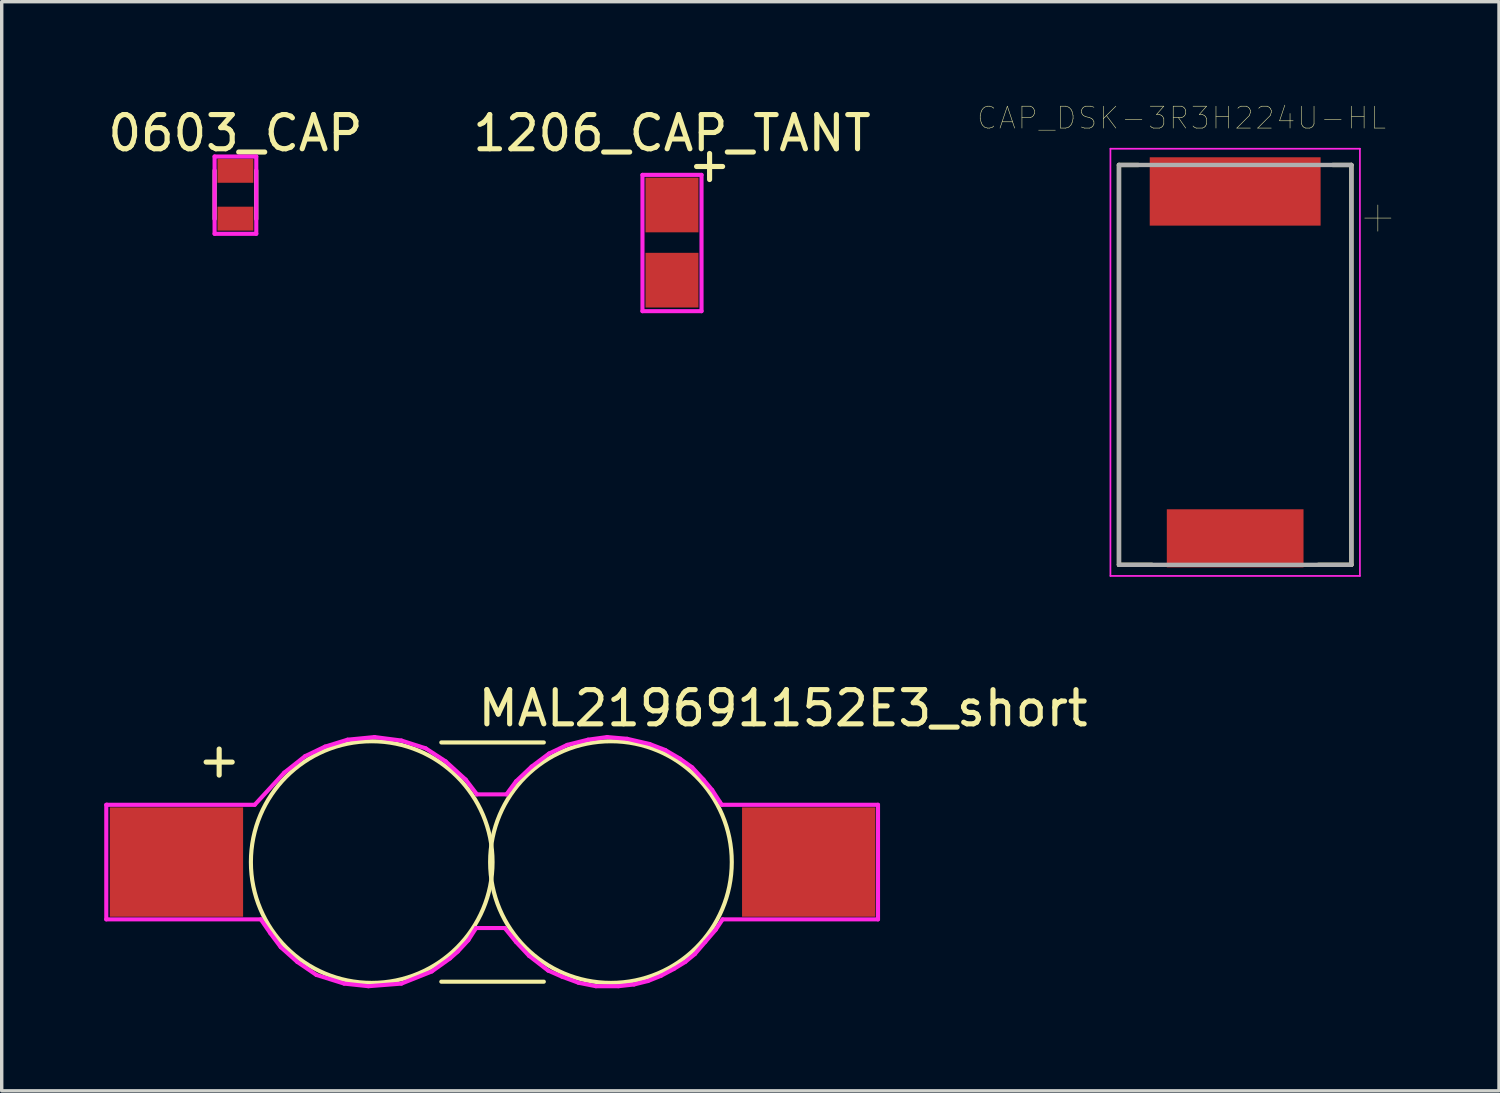
<source format=kicad_pcb>
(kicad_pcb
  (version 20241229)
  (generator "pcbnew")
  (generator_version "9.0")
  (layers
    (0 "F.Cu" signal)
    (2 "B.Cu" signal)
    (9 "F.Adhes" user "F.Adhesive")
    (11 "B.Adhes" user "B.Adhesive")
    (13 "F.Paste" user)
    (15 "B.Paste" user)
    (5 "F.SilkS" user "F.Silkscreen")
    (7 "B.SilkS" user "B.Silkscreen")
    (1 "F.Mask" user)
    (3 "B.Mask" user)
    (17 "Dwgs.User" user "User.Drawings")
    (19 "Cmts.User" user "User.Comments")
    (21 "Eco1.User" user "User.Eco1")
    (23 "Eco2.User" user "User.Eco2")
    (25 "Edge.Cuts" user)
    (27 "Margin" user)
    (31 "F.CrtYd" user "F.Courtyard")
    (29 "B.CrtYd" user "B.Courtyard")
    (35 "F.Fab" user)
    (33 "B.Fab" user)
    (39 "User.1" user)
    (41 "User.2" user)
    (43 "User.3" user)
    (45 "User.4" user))
  (footprint "1206_CAP_TANT"
    (layer "F.Cu")
    (at 16.613 4.048)
    (property "Reference" "1206_CAP_TANT" (at 0 -3.2 0) (layer "F.SilkS") (effects (font (size 1 1) (thickness 0.15))))
    (attr through_hole)
    (fp_line (start -0.864 -1.981) (end 0.864 -1.981) (stroke (width 0.12) (type solid)) (layer "F.CrtYd"))
    (fp_line (start -0.864 2.007) (end -0.864 -1.981) (stroke (width 0.12) (type solid)) (layer "F.CrtYd"))
    (fp_line (start 0.864 -1.981) (end 0.864 2.007) (stroke (width 0.12) (type solid)) (layer "F.CrtYd"))
    (fp_line (start 0.864 2.007) (end -0.864 2.007) (stroke (width 0.12) (type solid)) (layer "F.CrtYd"))
    (fp_text user "+" (at 1.1 -2.3 0) (layer "F.SilkS") (effects (font (size 1 1) (thickness 0.15))))
    (pad "1" smd rect (at 0 -1.1) (size 1.55 1.6) (layers "F.Cu" "F.Mask" "F.Paste"))
    (pad "2" smd rect (at 0 1.1) (size 1.55 1.6) (layers "F.Cu" "F.Mask" "F.Paste")))
  (footprint "MAL219691152E3_short"
    (layer "F.Cu")
    (at 11.363 22.175)
    (property "Reference" "MAL219691152E3_short" (at 8.5 -4.5 0) (layer "F.SilkS") (effects (font (size 1 1) (thickness 0.15))))
    (attr through_hole)
    (fp_line (start -1.5 -3.5) (end 1.5 -3.5) (stroke (width 0.12) (type solid)) (layer "F.SilkS"))
    (fp_line (start -1.5 3.5) (end 1.5 3.5) (stroke (width 0.12) (type solid)) (layer "F.SilkS"))
    (fp_circle (center -3.536 0) (end -0.036 0.5) (stroke (width 0.12) (type solid)) (fill no) (layer "F.SilkS"))
    (fp_circle (center 3.464 0) (end 6.964 0.5) (stroke (width 0.12) (type solid)) (fill no) (layer "F.SilkS"))
    (fp_line (start -11.303 -1.676) (end -11.278 -1.676) (stroke (width 0.12) (type solid)) (layer "F.CrtYd"))
    (fp_line (start -11.303 1.676) (end -11.303 -1.676) (stroke (width 0.12) (type solid)) (layer "F.CrtYd"))
    (fp_line (start -11.278 -1.676) (end -6.96 -1.676) (stroke (width 0.12) (type solid)) (layer "F.CrtYd"))
    (fp_line (start -6.96 -1.676) (end -6.096 -2.616) (stroke (width 0.12) (type solid)) (layer "F.CrtYd"))
    (fp_line (start -6.782 1.676) (end -11.303 1.676) (stroke (width 0.12) (type solid)) (layer "F.CrtYd"))
    (fp_line (start -6.502 2.083) (end -6.782 1.676) (stroke (width 0.12) (type solid)) (layer "F.CrtYd"))
    (fp_line (start -6.198 2.489) (end -6.502 2.083) (stroke (width 0.12) (type solid)) (layer "F.CrtYd"))
    (fp_line (start -6.096 -2.616) (end -5.486 -3.099) (stroke (width 0.12) (type solid)) (layer "F.CrtYd"))
    (fp_line (start -5.715 2.921) (end -6.198 2.489) (stroke (width 0.12) (type solid)) (layer "F.CrtYd"))
    (fp_line (start -5.486 -3.099) (end -4.902 -3.378) (stroke (width 0.12) (type solid)) (layer "F.CrtYd"))
    (fp_line (start -5.156 3.302) (end -5.715 2.921) (stroke (width 0.12) (type solid)) (layer "F.CrtYd"))
    (fp_line (start -4.902 -3.378) (end -4.242 -3.581) (stroke (width 0.12) (type solid)) (layer "F.CrtYd"))
    (fp_line (start -4.343 3.556) (end -5.156 3.302) (stroke (width 0.12) (type solid)) (layer "F.CrtYd"))
    (fp_line (start -4.242 -3.581) (end -3.454 -3.658) (stroke (width 0.12) (type solid)) (layer "F.CrtYd"))
    (fp_line (start -3.632 3.632) (end -4.343 3.556) (stroke (width 0.12) (type solid)) (layer "F.CrtYd"))
    (fp_line (start -3.454 -3.658) (end -2.667 -3.556) (stroke (width 0.12) (type solid)) (layer "F.CrtYd"))
    (fp_line (start -2.667 -3.556) (end -1.956 -3.327) (stroke (width 0.12) (type solid)) (layer "F.CrtYd"))
    (fp_line (start -2.667 3.556) (end -3.632 3.632) (stroke (width 0.12) (type solid)) (layer "F.CrtYd"))
    (fp_line (start -1.956 -3.327) (end -1.372 -2.946) (stroke (width 0.12) (type solid)) (layer "F.CrtYd"))
    (fp_line (start -1.778 3.2) (end -2.667 3.556) (stroke (width 0.12) (type solid)) (layer "F.CrtYd"))
    (fp_line (start -1.372 -2.946) (end -0.787 -2.413) (stroke (width 0.12) (type solid)) (layer "F.CrtYd"))
    (fp_line (start -1.245 2.819) (end -1.778 3.2) (stroke (width 0.12) (type solid)) (layer "F.CrtYd"))
    (fp_line (start -1.016 2.616) (end -1.245 2.819) (stroke (width 0.12) (type solid)) (layer "F.CrtYd"))
    (fp_line (start -0.787 -2.413) (end -0.457 -1.981) (stroke (width 0.12) (type solid)) (layer "F.CrtYd"))
    (fp_line (start -0.711 2.286) (end -1.016 2.616) (stroke (width 0.12) (type solid)) (layer "F.CrtYd"))
    (fp_line (start -0.483 1.93) (end -0.711 2.286) (stroke (width 0.12) (type solid)) (layer "F.CrtYd"))
    (fp_line (start -0.457 -1.981) (end 0.406 -1.981) (stroke (width 0.12) (type solid)) (layer "F.CrtYd"))
    (fp_line (start 0.356 1.93) (end -0.483 1.93) (stroke (width 0.12) (type solid)) (layer "F.CrtYd"))
    (fp_line (start 0.406 -1.981) (end 0.686 -2.362) (stroke (width 0.12) (type solid)) (layer "F.CrtYd"))
    (fp_line (start 0.686 -2.362) (end 1.143 -2.794) (stroke (width 0.12) (type solid)) (layer "F.CrtYd"))
    (fp_line (start 0.686 2.337) (end 0.356 1.93) (stroke (width 0.12) (type solid)) (layer "F.CrtYd"))
    (fp_line (start 1.067 2.743) (end 0.686 2.337) (stroke (width 0.12) (type solid)) (layer "F.CrtYd"))
    (fp_line (start 1.143 -2.794) (end 1.651 -3.175) (stroke (width 0.12) (type solid)) (layer "F.CrtYd"))
    (fp_line (start 1.626 3.175) (end 1.067 2.743) (stroke (width 0.12) (type solid)) (layer "F.CrtYd"))
    (fp_line (start 1.651 -3.175) (end 2.184 -3.429) (stroke (width 0.12) (type solid)) (layer "F.CrtYd"))
    (fp_line (start 2.032 3.353) (end 1.626 3.175) (stroke (width 0.12) (type solid)) (layer "F.CrtYd"))
    (fp_line (start 2.184 -3.429) (end 2.794 -3.581) (stroke (width 0.12) (type solid)) (layer "F.CrtYd"))
    (fp_line (start 2.515 3.531) (end 2.032 3.353) (stroke (width 0.12) (type solid)) (layer "F.CrtYd"))
    (fp_line (start 2.794 -3.581) (end 3.353 -3.658) (stroke (width 0.12) (type solid)) (layer "F.CrtYd"))
    (fp_line (start 3.023 3.632) (end 2.515 3.531) (stroke (width 0.12) (type solid)) (layer "F.CrtYd"))
    (fp_line (start 3.353 -3.658) (end 3.937 -3.607) (stroke (width 0.12) (type solid)) (layer "F.CrtYd"))
    (fp_line (start 3.683 3.632) (end 3.023 3.632) (stroke (width 0.12) (type solid)) (layer "F.CrtYd"))
    (fp_line (start 3.937 -3.607) (end 4.597 -3.454) (stroke (width 0.12) (type solid)) (layer "F.CrtYd"))
    (fp_line (start 4.14 3.581) (end 3.683 3.632) (stroke (width 0.12) (type solid)) (layer "F.CrtYd"))
    (fp_line (start 4.547 3.48) (end 4.14 3.581) (stroke (width 0.12) (type solid)) (layer "F.CrtYd"))
    (fp_line (start 4.597 -3.454) (end 5.055 -3.277) (stroke (width 0.12) (type solid)) (layer "F.CrtYd"))
    (fp_line (start 4.928 3.327) (end 4.547 3.48) (stroke (width 0.12) (type solid)) (layer "F.CrtYd"))
    (fp_line (start 5.055 -3.277) (end 5.486 -3.023) (stroke (width 0.12) (type solid)) (layer "F.CrtYd"))
    (fp_line (start 5.309 3.124) (end 4.928 3.327) (stroke (width 0.12) (type solid)) (layer "F.CrtYd"))
    (fp_line (start 5.486 -3.023) (end 5.842 -2.769) (stroke (width 0.12) (type solid)) (layer "F.CrtYd"))
    (fp_line (start 5.639 2.921) (end 5.309 3.124) (stroke (width 0.12) (type solid)) (layer "F.CrtYd"))
    (fp_line (start 5.842 -2.769) (end 6.172 -2.413) (stroke (width 0.12) (type solid)) (layer "F.CrtYd"))
    (fp_line (start 5.918 2.692) (end 5.639 2.921) (stroke (width 0.12) (type solid)) (layer "F.CrtYd"))
    (fp_line (start 6.172 -2.413) (end 6.426 -2.108) (stroke (width 0.12) (type solid)) (layer "F.CrtYd"))
    (fp_line (start 6.223 2.337) (end 5.918 2.692) (stroke (width 0.12) (type solid)) (layer "F.CrtYd"))
    (fp_line (start 6.426 -2.108) (end 6.655 -1.753) (stroke (width 0.12) (type solid)) (layer "F.CrtYd"))
    (fp_line (start 6.528 1.981) (end 6.223 2.337) (stroke (width 0.12) (type solid)) (layer "F.CrtYd"))
    (fp_line (start 6.655 -1.753) (end 6.706 -1.676) (stroke (width 0.12) (type solid)) (layer "F.CrtYd"))
    (fp_line (start 6.706 -1.676) (end 11.278 -1.676) (stroke (width 0.12) (type solid)) (layer "F.CrtYd"))
    (fp_line (start 6.731 1.676) (end 6.528 1.981) (stroke (width 0.12) (type solid)) (layer "F.CrtYd"))
    (fp_line (start 11.278 -1.676) (end 11.278 1.676) (stroke (width 0.12) (type solid)) (layer "F.CrtYd"))
    (fp_line (start 11.278 1.676) (end 6.731 1.676) (stroke (width 0.12) (type solid)) (layer "F.CrtYd"))
    (fp_text user "+" (at -8 -3 0) (layer "F.SilkS") (effects (font (size 1 1) (thickness 0.15))))
    (pad "1" smd rect (at -9.25 0) (size 3.9 3.2) (layers "F.Cu" "F.Mask" "F.Paste"))
    (pad "2" smd rect (at 9.25 0) (size 3.9 3.2) (layers "F.Cu" "F.Mask" "F.Paste")))
  (footprint "CAP_DSK-3R3H224U-HL"
    (layer "F.Cu")
    (at 33.092 7.627)
    (property "Reference" "CAP_DSK-3R3H224U-HL" (at -1.569 -7.225 0) (layer "F.SilkS") (effects (font (size 0.641 0.641) (thickness 0.015))))
    (attr through_hole)
    (fp_line (start -3.4 -5.85) (end -3.4 5.85) (stroke (width 0.127) (type solid)) (layer "F.SilkS"))
    (fp_line (start -3.4 5.85) (end -2.438 5.85) (stroke (width 0.127) (type solid)) (layer "F.SilkS"))
    (fp_line (start -2.837 -5.85) (end -3.4 -5.85) (stroke (width 0.127) (type solid)) (layer "F.SilkS"))
    (fp_line (start 2.438 5.85) (end 3.4 5.85) (stroke (width 0.127) (type solid)) (layer "F.SilkS"))
    (fp_line (start 3.4 -5.85) (end 2.857 -5.85) (stroke (width 0.127) (type solid)) (layer "F.SilkS"))
    (fp_line (start 3.4 5.85) (end 3.4 -5.85) (stroke (width 0.127) (type solid)) (layer "F.SilkS"))
    (fp_line (start -3.65 -6.325) (end -3.65 6.175) (stroke (width 0.05) (type solid)) (layer "F.CrtYd"))
    (fp_line (start -3.65 6.175) (end 3.65 6.175) (stroke (width 0.05) (type solid)) (layer "F.CrtYd"))
    (fp_line (start 3.65 -6.325) (end -3.65 -6.325) (stroke (width 0.05) (type solid)) (layer "F.CrtYd"))
    (fp_line (start 3.65 6.175) (end 3.65 -6.325) (stroke (width 0.05) (type solid)) (layer "F.CrtYd"))
    (fp_line (start -3.4 -5.85) (end 3.4 -5.85) (stroke (width 0.127) (type solid)) (layer "F.Fab"))
    (fp_line (start -3.4 5.85) (end -3.4 -5.85) (stroke (width 0.127) (type solid)) (layer "F.Fab"))
    (fp_line (start 3.4 -5.85) (end 3.4 5.85) (stroke (width 0.127) (type solid)) (layer "F.Fab"))
    (fp_line (start 3.4 5.85) (end -3.4 5.85) (stroke (width 0.127) (type solid)) (layer "F.Fab"))
    (fp_text user "+" (at 4.175 -4.377 0) (layer "F.SilkS") (effects (font (size 1.008 1.008) (thickness 0.015))))
    (pad "1" smd rect (at 0 -5.075) (size 5 2) (layers "F.Cu" "F.Mask" "F.Paste"))
    (pad "2" smd rect (at 0 5.075) (size 4 1.7) (layers "F.Cu" "F.Mask" "F.Paste")))
  (footprint "0603_CAP"
    (layer "F.Cu")
    (at 3.839 2.648)
    (property "Reference" "0603_CAP" (at 0 -1.8 0) (layer "F.SilkS") (effects (font (size 1 1) (thickness 0.15))))
    (attr through_hole)
    (fp_line (start -0.61 -0.711) (end -0.61 0.711) (stroke (width 0.12) (type solid)) (layer "F.SilkS"))
    (fp_line (start 0.61 -0.711) (end 0.61 0.711) (stroke (width 0.12) (type solid)) (layer "F.SilkS"))
    (fp_line (start -0.61 -1.118) (end 0.61 -1.118) (stroke (width 0.12) (type solid)) (layer "F.CrtYd"))
    (fp_line (start -0.61 1.143) (end -0.61 -1.118) (stroke (width 0.12) (type solid)) (layer "F.CrtYd"))
    (fp_line (start 0.61 -1.118) (end 0.61 1.143) (stroke (width 0.12) (type solid)) (layer "F.CrtYd"))
    (fp_line (start 0.61 1.143) (end -0.61 1.143) (stroke (width 0.12) (type solid)) (layer "F.CrtYd"))
    (pad "1" smd rect (at 0 -0.7) (size 1.05 0.7) (layers "F.Cu" "F.Mask" "F.Paste"))
    (pad "2" smd rect (at 0 0.7) (size 1.05 0.7) (layers "F.Cu" "F.Mask" "F.Paste")))
  (gr_rect
    (start -3 -3)
    (end 40.812 28.868)
    (stroke (width 0.1) (type default))
    (fill no)
    (layer "Edge.Cuts")))
</source>
